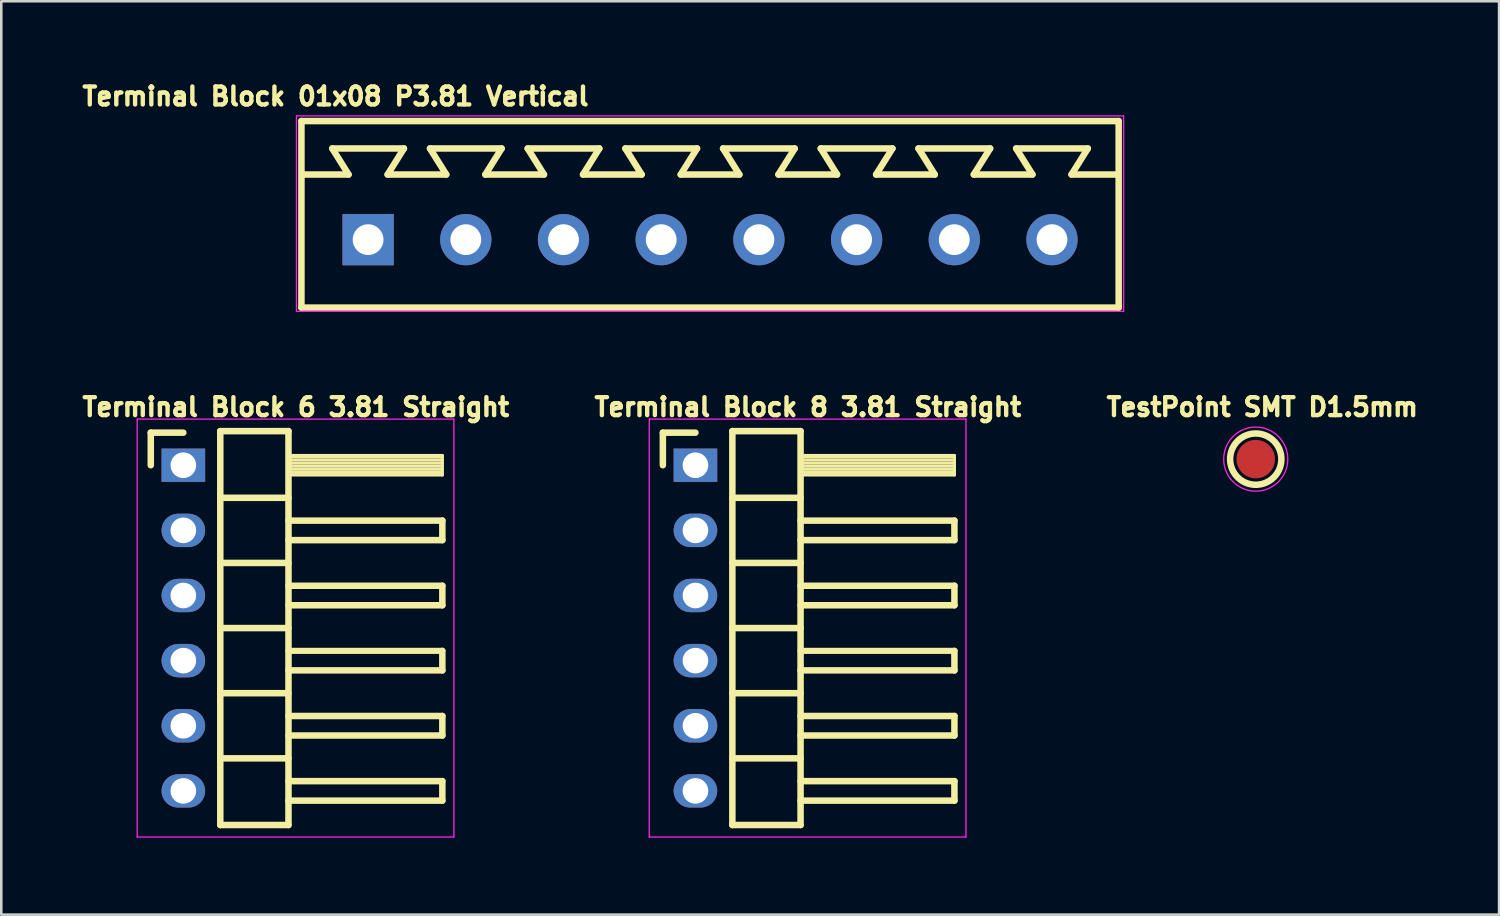
<source format=kicad_pcb>
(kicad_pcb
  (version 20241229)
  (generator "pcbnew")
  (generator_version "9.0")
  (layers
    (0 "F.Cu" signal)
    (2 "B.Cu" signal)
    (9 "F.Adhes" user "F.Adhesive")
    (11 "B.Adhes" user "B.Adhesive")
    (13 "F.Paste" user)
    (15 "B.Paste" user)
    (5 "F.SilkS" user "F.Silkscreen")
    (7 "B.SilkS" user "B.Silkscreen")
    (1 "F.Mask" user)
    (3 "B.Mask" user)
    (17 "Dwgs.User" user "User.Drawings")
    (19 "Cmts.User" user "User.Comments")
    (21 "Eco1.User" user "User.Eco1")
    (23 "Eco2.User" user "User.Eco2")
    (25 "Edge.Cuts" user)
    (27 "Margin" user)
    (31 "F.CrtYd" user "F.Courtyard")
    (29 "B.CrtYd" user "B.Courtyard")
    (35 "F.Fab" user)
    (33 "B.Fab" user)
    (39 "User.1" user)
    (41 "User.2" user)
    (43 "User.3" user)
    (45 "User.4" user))
  (footprint "Terminal Block 8 3.81 Straight"
    (layer "F.Cu")
    (at 24.07 21.443)
    (property "Reference" "Terminal Block 8 3.81 Straight" (at 4.385 -8.62 0) (layer "F.SilkS") (effects (font (size 0.7 0.7) (thickness 0.17))))
    (attr through_hole)
    (fp_line (start -1.27 -7.62) (end 0 -7.62) (stroke (width 0.254) (type solid)) (layer "F.SilkS"))
    (fp_line (start -1.27 -6.35) (end -1.27 -7.62) (stroke (width 0.254) (type solid)) (layer "F.SilkS"))
    (fp_line (start 1.44 -7.68) (end 1.44 7.68) (stroke (width 0.254) (type solid)) (layer "F.SilkS"))
    (fp_line (start 1.44 -5.08) (end 4.1 -5.08) (stroke (width 0.254) (type solid)) (layer "F.SilkS"))
    (fp_line (start 1.44 -2.54) (end 4.1 -2.54) (stroke (width 0.254) (type solid)) (layer "F.SilkS"))
    (fp_line (start 1.44 0) (end 4.1 0) (stroke (width 0.254) (type solid)) (layer "F.SilkS"))
    (fp_line (start 1.44 2.54) (end 4.1 2.54) (stroke (width 0.254) (type solid)) (layer "F.SilkS"))
    (fp_line (start 1.44 5.08) (end 4.1 5.08) (stroke (width 0.254) (type solid)) (layer "F.SilkS"))
    (fp_line (start 1.44 7.68) (end 4.1 7.68) (stroke (width 0.254) (type solid)) (layer "F.SilkS"))
    (fp_line (start 4.1 -7.68) (end 1.44 -7.68) (stroke (width 0.254) (type solid)) (layer "F.SilkS"))
    (fp_line (start 4.1 -6.73) (end 10.1 -6.73) (stroke (width 0.12) (type solid)) (layer "F.SilkS"))
    (fp_line (start 4.1 -6.67) (end 10.1 -6.67) (stroke (width 0.12) (type solid)) (layer "F.SilkS"))
    (fp_line (start 4.1 -6.55) (end 10.1 -6.55) (stroke (width 0.12) (type solid)) (layer "F.SilkS"))
    (fp_line (start 4.1 -6.43) (end 10.1 -6.43) (stroke (width 0.12) (type solid)) (layer "F.SilkS"))
    (fp_line (start 4.1 -6.31) (end 10.1 -6.31) (stroke (width 0.12) (type solid)) (layer "F.SilkS"))
    (fp_line (start 4.1 -6.19) (end 10.1 -6.19) (stroke (width 0.12) (type solid)) (layer "F.SilkS"))
    (fp_line (start 4.1 -6.07) (end 10.1 -6.07) (stroke (width 0.12) (type solid)) (layer "F.SilkS"))
    (fp_line (start 4.1 -4.19) (end 10.1 -4.19) (stroke (width 0.254) (type solid)) (layer "F.SilkS"))
    (fp_line (start 4.1 -1.65) (end 10.1 -1.65) (stroke (width 0.254) (type solid)) (layer "F.SilkS"))
    (fp_line (start 4.1 0.89) (end 10.1 0.89) (stroke (width 0.24) (type solid)) (layer "F.SilkS"))
    (fp_line (start 4.1 3.43) (end 10.1 3.43) (stroke (width 0.254) (type solid)) (layer "F.SilkS"))
    (fp_line (start 4.1 5.97) (end 10.1 5.97) (stroke (width 0.254) (type solid)) (layer "F.SilkS"))
    (fp_line (start 4.1 7.68) (end 4.1 -7.68) (stroke (width 0.254) (type solid)) (layer "F.SilkS"))
    (fp_line (start 10.1 -6.73) (end 10.1 -5.97) (stroke (width 0.12) (type solid)) (layer "F.SilkS"))
    (fp_line (start 10.1 -5.97) (end 4.1 -5.97) (stroke (width 0.12) (type solid)) (layer "F.SilkS"))
    (fp_line (start 10.1 -4.19) (end 10.1 -3.43) (stroke (width 0.254) (type solid)) (layer "F.SilkS"))
    (fp_line (start 10.1 -3.43) (end 4.1 -3.43) (stroke (width 0.254) (type solid)) (layer "F.SilkS"))
    (fp_line (start 10.1 -1.65) (end 10.1 -0.89) (stroke (width 0.254) (type solid)) (layer "F.SilkS"))
    (fp_line (start 10.1 -0.89) (end 4.1 -0.89) (stroke (width 0.254) (type solid)) (layer "F.SilkS"))
    (fp_line (start 10.1 0.89) (end 10.1 1.65) (stroke (width 0.254) (type solid)) (layer "F.SilkS"))
    (fp_line (start 10.1 1.65) (end 4.1 1.65) (stroke (width 0.254) (type solid)) (layer "F.SilkS"))
    (fp_line (start 10.1 3.43) (end 10.1 4.19) (stroke (width 0.254) (type solid)) (layer "F.SilkS"))
    (fp_line (start 10.1 4.19) (end 4.1 4.19) (stroke (width 0.254) (type solid)) (layer "F.SilkS"))
    (fp_line (start 10.1 5.97) (end 10.1 6.73) (stroke (width 0.254) (type solid)) (layer "F.SilkS"))
    (fp_line (start 10.1 6.73) (end 4.1 6.73) (stroke (width 0.254) (type solid)) (layer "F.SilkS"))
    (fp_line (start -1.27 0) (end 1.27 0) (stroke (width 0.254) (type solid)) (layer "Eco1.User"))
    (fp_line (start 0 -1.27) (end 0 1.27) (stroke (width 0.254) (type solid)) (layer "Eco1.User"))
    (fp_line (start -1.8 -8.15) (end -1.8 8.15) (stroke (width 0.05) (type solid)) (layer "F.CrtYd"))
    (fp_line (start -1.8 8.15) (end 10.55 8.15) (stroke (width 0.05) (type solid)) (layer "F.CrtYd"))
    (fp_line (start 10.55 -8.15) (end -1.8 -8.15) (stroke (width 0.05) (type solid)) (layer "F.CrtYd"))
    (fp_line (start 10.55 8.15) (end 10.55 -8.15) (stroke (width 0.05) (type solid)) (layer "F.CrtYd"))
    (fp_line (start -0.32 -6.67) (end -0.32 -6.03) (stroke (width 0.1) (type solid)) (layer "F.Fab"))
    (fp_line (start -0.32 -4.13) (end -0.32 -3.49) (stroke (width 0.1) (type solid)) (layer "F.Fab"))
    (fp_line (start -0.32 -1.59) (end -0.32 -0.95) (stroke (width 0.1) (type solid)) (layer "F.Fab"))
    (fp_line (start -0.32 0.95) (end -0.32 1.59) (stroke (width 0.1) (type solid)) (layer "F.Fab"))
    (fp_line (start -0.32 3.49) (end -0.32 4.13) (stroke (width 0.1) (type solid)) (layer "F.Fab"))
    (fp_line (start -0.32 6.03) (end -0.32 6.67) (stroke (width 0.1) (type solid)) (layer "F.Fab"))
    (pad "1" thru_hole rect (at 0 -6.35) (size 1.7 1.3) (drill 1) (layers "*.Cu" "*.Mask"))
    (pad "2" thru_hole oval (at 0 -3.81) (size 1.7 1.3) (drill 1) (layers "*.Cu" "*.Mask"))
    (pad "3" thru_hole oval (at 0 -1.27) (size 1.7 1.3) (drill 1) (layers "*.Cu" "*.Mask"))
    (pad "4" thru_hole oval (at 0 1.27) (size 1.7 1.3) (drill 1) (layers "*.Cu" "*.Mask"))
    (pad "5" thru_hole oval (at 0 3.81) (size 1.7 1.3) (drill 1) (layers "*.Cu" "*.Mask"))
    (pad "6" thru_hole oval (at 0 6.35) (size 1.7 1.3) (drill 1) (layers "*.Cu" "*.Mask")))
  (footprint "Terminal Block 6 3.81 Straight"
    (layer "F.Cu")
    (at 4.1 21.443)
    (property "Reference" "Terminal Block 6 3.81 Straight" (at 4.385 -8.62 0) (layer "F.SilkS") (effects (font (size 0.7 0.7) (thickness 0.17))))
    (attr through_hole)
    (fp_line (start -1.27 -7.62) (end 0 -7.62) (stroke (width 0.254) (type solid)) (layer "F.SilkS"))
    (fp_line (start -1.27 -6.35) (end -1.27 -7.62) (stroke (width 0.254) (type solid)) (layer "F.SilkS"))
    (fp_line (start 1.44 -7.68) (end 1.44 7.68) (stroke (width 0.254) (type solid)) (layer "F.SilkS"))
    (fp_line (start 1.44 -5.08) (end 4.1 -5.08) (stroke (width 0.254) (type solid)) (layer "F.SilkS"))
    (fp_line (start 1.44 -2.54) (end 4.1 -2.54) (stroke (width 0.254) (type solid)) (layer "F.SilkS"))
    (fp_line (start 1.44 0) (end 4.1 0) (stroke (width 0.254) (type solid)) (layer "F.SilkS"))
    (fp_line (start 1.44 2.54) (end 4.1 2.54) (stroke (width 0.254) (type solid)) (layer "F.SilkS"))
    (fp_line (start 1.44 5.08) (end 4.1 5.08) (stroke (width 0.254) (type solid)) (layer "F.SilkS"))
    (fp_line (start 1.44 7.68) (end 4.1 7.68) (stroke (width 0.254) (type solid)) (layer "F.SilkS"))
    (fp_line (start 4.1 -7.68) (end 1.44 -7.68) (stroke (width 0.254) (type solid)) (layer "F.SilkS"))
    (fp_line (start 4.1 -6.73) (end 10.1 -6.73) (stroke (width 0.12) (type solid)) (layer "F.SilkS"))
    (fp_line (start 4.1 -6.67) (end 10.1 -6.67) (stroke (width 0.12) (type solid)) (layer "F.SilkS"))
    (fp_line (start 4.1 -6.55) (end 10.1 -6.55) (stroke (width 0.12) (type solid)) (layer "F.SilkS"))
    (fp_line (start 4.1 -6.43) (end 10.1 -6.43) (stroke (width 0.12) (type solid)) (layer "F.SilkS"))
    (fp_line (start 4.1 -6.31) (end 10.1 -6.31) (stroke (width 0.12) (type solid)) (layer "F.SilkS"))
    (fp_line (start 4.1 -6.19) (end 10.1 -6.19) (stroke (width 0.12) (type solid)) (layer "F.SilkS"))
    (fp_line (start 4.1 -6.07) (end 10.1 -6.07) (stroke (width 0.12) (type solid)) (layer "F.SilkS"))
    (fp_line (start 4.1 -4.19) (end 10.1 -4.19) (stroke (width 0.254) (type solid)) (layer "F.SilkS"))
    (fp_line (start 4.1 -1.65) (end 10.1 -1.65) (stroke (width 0.254) (type solid)) (layer "F.SilkS"))
    (fp_line (start 4.1 0.89) (end 10.1 0.89) (stroke (width 0.24) (type solid)) (layer "F.SilkS"))
    (fp_line (start 4.1 3.43) (end 10.1 3.43) (stroke (width 0.254) (type solid)) (layer "F.SilkS"))
    (fp_line (start 4.1 5.97) (end 10.1 5.97) (stroke (width 0.254) (type solid)) (layer "F.SilkS"))
    (fp_line (start 4.1 7.68) (end 4.1 -7.68) (stroke (width 0.254) (type solid)) (layer "F.SilkS"))
    (fp_line (start 10.1 -6.73) (end 10.1 -5.97) (stroke (width 0.12) (type solid)) (layer "F.SilkS"))
    (fp_line (start 10.1 -5.97) (end 4.1 -5.97) (stroke (width 0.12) (type solid)) (layer "F.SilkS"))
    (fp_line (start 10.1 -4.19) (end 10.1 -3.43) (stroke (width 0.254) (type solid)) (layer "F.SilkS"))
    (fp_line (start 10.1 -3.43) (end 4.1 -3.43) (stroke (width 0.254) (type solid)) (layer "F.SilkS"))
    (fp_line (start 10.1 -1.65) (end 10.1 -0.89) (stroke (width 0.254) (type solid)) (layer "F.SilkS"))
    (fp_line (start 10.1 -0.89) (end 4.1 -0.89) (stroke (width 0.254) (type solid)) (layer "F.SilkS"))
    (fp_line (start 10.1 0.89) (end 10.1 1.65) (stroke (width 0.254) (type solid)) (layer "F.SilkS"))
    (fp_line (start 10.1 1.65) (end 4.1 1.65) (stroke (width 0.254) (type solid)) (layer "F.SilkS"))
    (fp_line (start 10.1 3.43) (end 10.1 4.19) (stroke (width 0.254) (type solid)) (layer "F.SilkS"))
    (fp_line (start 10.1 4.19) (end 4.1 4.19) (stroke (width 0.254) (type solid)) (layer "F.SilkS"))
    (fp_line (start 10.1 5.97) (end 10.1 6.73) (stroke (width 0.254) (type solid)) (layer "F.SilkS"))
    (fp_line (start 10.1 6.73) (end 4.1 6.73) (stroke (width 0.254) (type solid)) (layer "F.SilkS"))
    (fp_line (start -1.27 0) (end 1.27 0) (stroke (width 0.254) (type solid)) (layer "Eco1.User"))
    (fp_line (start 0 -1.27) (end 0 1.27) (stroke (width 0.254) (type solid)) (layer "Eco1.User"))
    (fp_line (start -1.8 -8.15) (end -1.8 8.15) (stroke (width 0.05) (type solid)) (layer "F.CrtYd"))
    (fp_line (start -1.8 8.15) (end 10.55 8.15) (stroke (width 0.05) (type solid)) (layer "F.CrtYd"))
    (fp_line (start 10.55 -8.15) (end -1.8 -8.15) (stroke (width 0.05) (type solid)) (layer "F.CrtYd"))
    (fp_line (start 10.55 8.15) (end 10.55 -8.15) (stroke (width 0.05) (type solid)) (layer "F.CrtYd"))
    (fp_line (start -0.32 -6.67) (end -0.32 -6.03) (stroke (width 0.1) (type solid)) (layer "F.Fab"))
    (fp_line (start -0.32 -4.13) (end -0.32 -3.49) (stroke (width 0.1) (type solid)) (layer "F.Fab"))
    (fp_line (start -0.32 -1.59) (end -0.32 -0.95) (stroke (width 0.1) (type solid)) (layer "F.Fab"))
    (fp_line (start -0.32 0.95) (end -0.32 1.59) (stroke (width 0.1) (type solid)) (layer "F.Fab"))
    (fp_line (start -0.32 3.49) (end -0.32 4.13) (stroke (width 0.1) (type solid)) (layer "F.Fab"))
    (fp_line (start -0.32 6.03) (end -0.32 6.67) (stroke (width 0.1) (type solid)) (layer "F.Fab"))
    (pad "1" thru_hole rect (at 0 -6.35) (size 1.7 1.3) (drill 1) (layers "*.Cu" "*.Mask"))
    (pad "2" thru_hole oval (at 0 -3.81) (size 1.7 1.3) (drill 1) (layers "*.Cu" "*.Mask"))
    (pad "3" thru_hole oval (at 0 -1.27) (size 1.7 1.3) (drill 1) (layers "*.Cu" "*.Mask"))
    (pad "4" thru_hole oval (at 0 1.27) (size 1.7 1.3) (drill 1) (layers "*.Cu" "*.Mask"))
    (pad "5" thru_hole oval (at 0 3.81) (size 1.7 1.3) (drill 1) (layers "*.Cu" "*.Mask"))
    (pad "6" thru_hole oval (at 0 6.35) (size 1.7 1.3) (drill 1) (layers "*.Cu" "*.Mask")))
  (footprint "Terminal Block 01x08 P3.81 Vertical"
    (layer "F.Cu")
    (at 24.64 6.296)
    (property "Reference" "Terminal Block 01x08 P3.81 Vertical" (at -14.605 -5.588 180) (layer "F.SilkS") (effects (font (size 0.7 0.7) (thickness 0.17))))
    (attr through_hole)
    (fp_line (start -15.935 -4.625) (end 15.935 -4.625) (stroke (width 0.254) (type solid)) (layer "F.SilkS"))
    (fp_line (start -15.935 2.65) (end -15.935 -4.625) (stroke (width 0.254) (type solid)) (layer "F.SilkS"))
    (fp_line (start -15.935 2.65) (end 15.935 2.65) (stroke (width 0.254) (type solid)) (layer "F.SilkS"))
    (fp_line (start -15.875 -2.54) (end -14.097 -2.54) (stroke (width 0.254) (type solid)) (layer "F.SilkS"))
    (fp_line (start -14.732 -3.556) (end -14.097 -2.54) (stroke (width 0.254) (type solid)) (layer "F.SilkS"))
    (fp_line (start -14.732 -3.556) (end -11.938 -3.556) (stroke (width 0.254) (type solid)) (layer "F.SilkS"))
    (fp_line (start -12.573 -2.54) (end -11.938 -3.556) (stroke (width 0.254) (type solid)) (layer "F.SilkS"))
    (fp_line (start -12.573 -2.54) (end -10.287 -2.54) (stroke (width 0.254) (type solid)) (layer "F.SilkS"))
    (fp_line (start -10.922 -3.556) (end -10.287 -2.54) (stroke (width 0.254) (type solid)) (layer "F.SilkS"))
    (fp_line (start -10.922 -3.556) (end -8.128 -3.556) (stroke (width 0.254) (type solid)) (layer "F.SilkS"))
    (fp_line (start -8.763 -2.54) (end -8.128 -3.556) (stroke (width 0.254) (type solid)) (layer "F.SilkS"))
    (fp_line (start -8.763 -2.54) (end -6.477 -2.54) (stroke (width 0.254) (type solid)) (layer "F.SilkS"))
    (fp_line (start -7.112 -3.556) (end -6.477 -2.54) (stroke (width 0.254) (type solid)) (layer "F.SilkS"))
    (fp_line (start -7.112 -3.556) (end -4.318 -3.556) (stroke (width 0.254) (type solid)) (layer "F.SilkS"))
    (fp_line (start -4.953 -2.54) (end -4.318 -3.556) (stroke (width 0.254) (type solid)) (layer "F.SilkS"))
    (fp_line (start -4.953 -2.54) (end -2.667 -2.54) (stroke (width 0.254) (type solid)) (layer "F.SilkS"))
    (fp_line (start -3.302 -3.556) (end -2.667 -2.54) (stroke (width 0.254) (type solid)) (layer "F.SilkS"))
    (fp_line (start -3.302 -3.556) (end -0.508 -3.556) (stroke (width 0.254) (type solid)) (layer "F.SilkS"))
    (fp_line (start -1.143 -2.54) (end -0.508 -3.556) (stroke (width 0.254) (type solid)) (layer "F.SilkS"))
    (fp_line (start -1.143 -2.54) (end 1.143 -2.54) (stroke (width 0.254) (type solid)) (layer "F.SilkS"))
    (fp_line (start 0.508 -3.556) (end 1.143 -2.54) (stroke (width 0.254) (type solid)) (layer "F.SilkS"))
    (fp_line (start 0.508 -3.556) (end 3.302 -3.556) (stroke (width 0.254) (type solid)) (layer "F.SilkS"))
    (fp_line (start 2.667 -2.54) (end 3.302 -3.556) (stroke (width 0.254) (type solid)) (layer "F.SilkS"))
    (fp_line (start 2.667 -2.54) (end 4.953 -2.54) (stroke (width 0.254) (type solid)) (layer "F.SilkS"))
    (fp_line (start 4.318 -3.556) (end 4.953 -2.54) (stroke (width 0.254) (type solid)) (layer "F.SilkS"))
    (fp_line (start 4.318 -3.556) (end 7.112 -3.556) (stroke (width 0.254) (type solid)) (layer "F.SilkS"))
    (fp_line (start 6.477 -2.54) (end 7.112 -3.556) (stroke (width 0.254) (type solid)) (layer "F.SilkS"))
    (fp_line (start 6.477 -2.54) (end 8.763 -2.54) (stroke (width 0.254) (type solid)) (layer "F.SilkS"))
    (fp_line (start 8.128 -3.556) (end 8.763 -2.54) (stroke (width 0.254) (type solid)) (layer "F.SilkS"))
    (fp_line (start 8.128 -3.556) (end 10.922 -3.556) (stroke (width 0.254) (type solid)) (layer "F.SilkS"))
    (fp_line (start 10.287 -2.54) (end 10.922 -3.556) (stroke (width 0.254) (type solid)) (layer "F.SilkS"))
    (fp_line (start 10.287 -2.54) (end 12.573 -2.54) (stroke (width 0.254) (type solid)) (layer "F.SilkS"))
    (fp_line (start 11.938 -3.556) (end 12.573 -2.54) (stroke (width 0.254) (type solid)) (layer "F.SilkS"))
    (fp_line (start 11.938 -3.556) (end 14.732 -3.556) (stroke (width 0.254) (type solid)) (layer "F.SilkS"))
    (fp_line (start 14.097 -2.54) (end 14.732 -3.556) (stroke (width 0.254) (type solid)) (layer "F.SilkS"))
    (fp_line (start 14.097 -2.54) (end 15.875 -2.54) (stroke (width 0.254) (type solid)) (layer "F.SilkS"))
    (fp_line (start 15.935 -4.625) (end 15.935 2.65) (stroke (width 0.254) (type solid)) (layer "F.SilkS"))
    (fp_line (start -1.27 0) (end 1.27 0) (stroke (width 0.254) (type solid)) (layer "Eco1.User"))
    (fp_line (start 0 1.27) (end 0 -1.27) (stroke (width 0.254) (type solid)) (layer "Eco1.User"))
    (fp_line (start -16.129 -4.826) (end -16.129 2.794) (stroke (width 0.05) (type solid)) (layer "F.CrtYd"))
    (fp_line (start 16.129 -4.826) (end -16.129 -4.826) (stroke (width 0.05) (type solid)) (layer "F.CrtYd"))
    (fp_line (start 16.129 -4.826) (end 16.129 2.794) (stroke (width 0.05) (type solid)) (layer "F.CrtYd"))
    (fp_line (start 16.129 2.794) (end -16.129 2.794) (stroke (width 0.05) (type solid)) (layer "F.CrtYd"))
    (pad "1" thru_hole rect (at -13.335 0 90) (size 2 2) (drill 1.2) (layers "*.Cu" "*.Mask"))
    (pad "2" thru_hole oval (at -9.525 0 90) (size 2 2) (drill 1.2) (layers "*.Cu" "*.Mask"))
    (pad "3" thru_hole oval (at -5.715 0 90) (size 2 2) (drill 1.2) (layers "*.Cu" "*.Mask"))
    (pad "4" thru_hole oval (at -1.905 0 90) (size 2 2) (drill 1.2) (layers "*.Cu" "*.Mask"))
    (pad "5" thru_hole oval (at 1.905 0 90) (size 2 2) (drill 1.2) (layers "*.Cu" "*.Mask"))
    (pad "6" thru_hole oval (at 5.715 0 90) (size 2 2) (drill 1.2) (layers "*.Cu" "*.Mask"))
    (pad "7" thru_hole oval (at 9.525 0 90) (size 2 2) (drill 1.2) (layers "*.Cu" "*.Mask"))
    (pad "8" thru_hole oval (at 13.335 0 90) (size 2 2) (drill 1.2) (layers "*.Cu" "*.Mask")))
  (footprint "TestPoint SMT D1.5mm"
    (layer "F.Cu")
    (at 45.921 14.855)
    (property "Reference" "TestPoint SMT D1.5mm" (at 0.254 -2.032 0) (layer "F.SilkS") (effects (font (size 0.7 0.7) (thickness 0.17))))
    (attr exclude_from_pos_files exclude_from_bom)
    (fp_circle (center 0 0) (end 1 0) (stroke (width 0.254) (type solid)) (fill no) (layer "F.SilkS"))
    (fp_line (start 0 -0.3) (end 0 0.3) (stroke (width 0.128) (type solid)) (layer "Eco1.User"))
    (fp_line (start 0.3 0) (end -0.3 0) (stroke (width 0.128) (type solid)) (layer "Eco1.User"))
    (fp_circle (center 0 0) (end 1.25 0) (stroke (width 0.05) (type solid)) (fill no) (layer "F.CrtYd"))
    (pad "1" smd circle (at 0 0) (size 1.5 1.5) (layers "F.Cu" "F.Mask")))
  (gr_rect
    (start -3 -3)
    (end 55.41 32.618)
    (stroke (width 0.1) (type default))
    (fill no)
    (layer "Edge.Cuts")))
</source>
